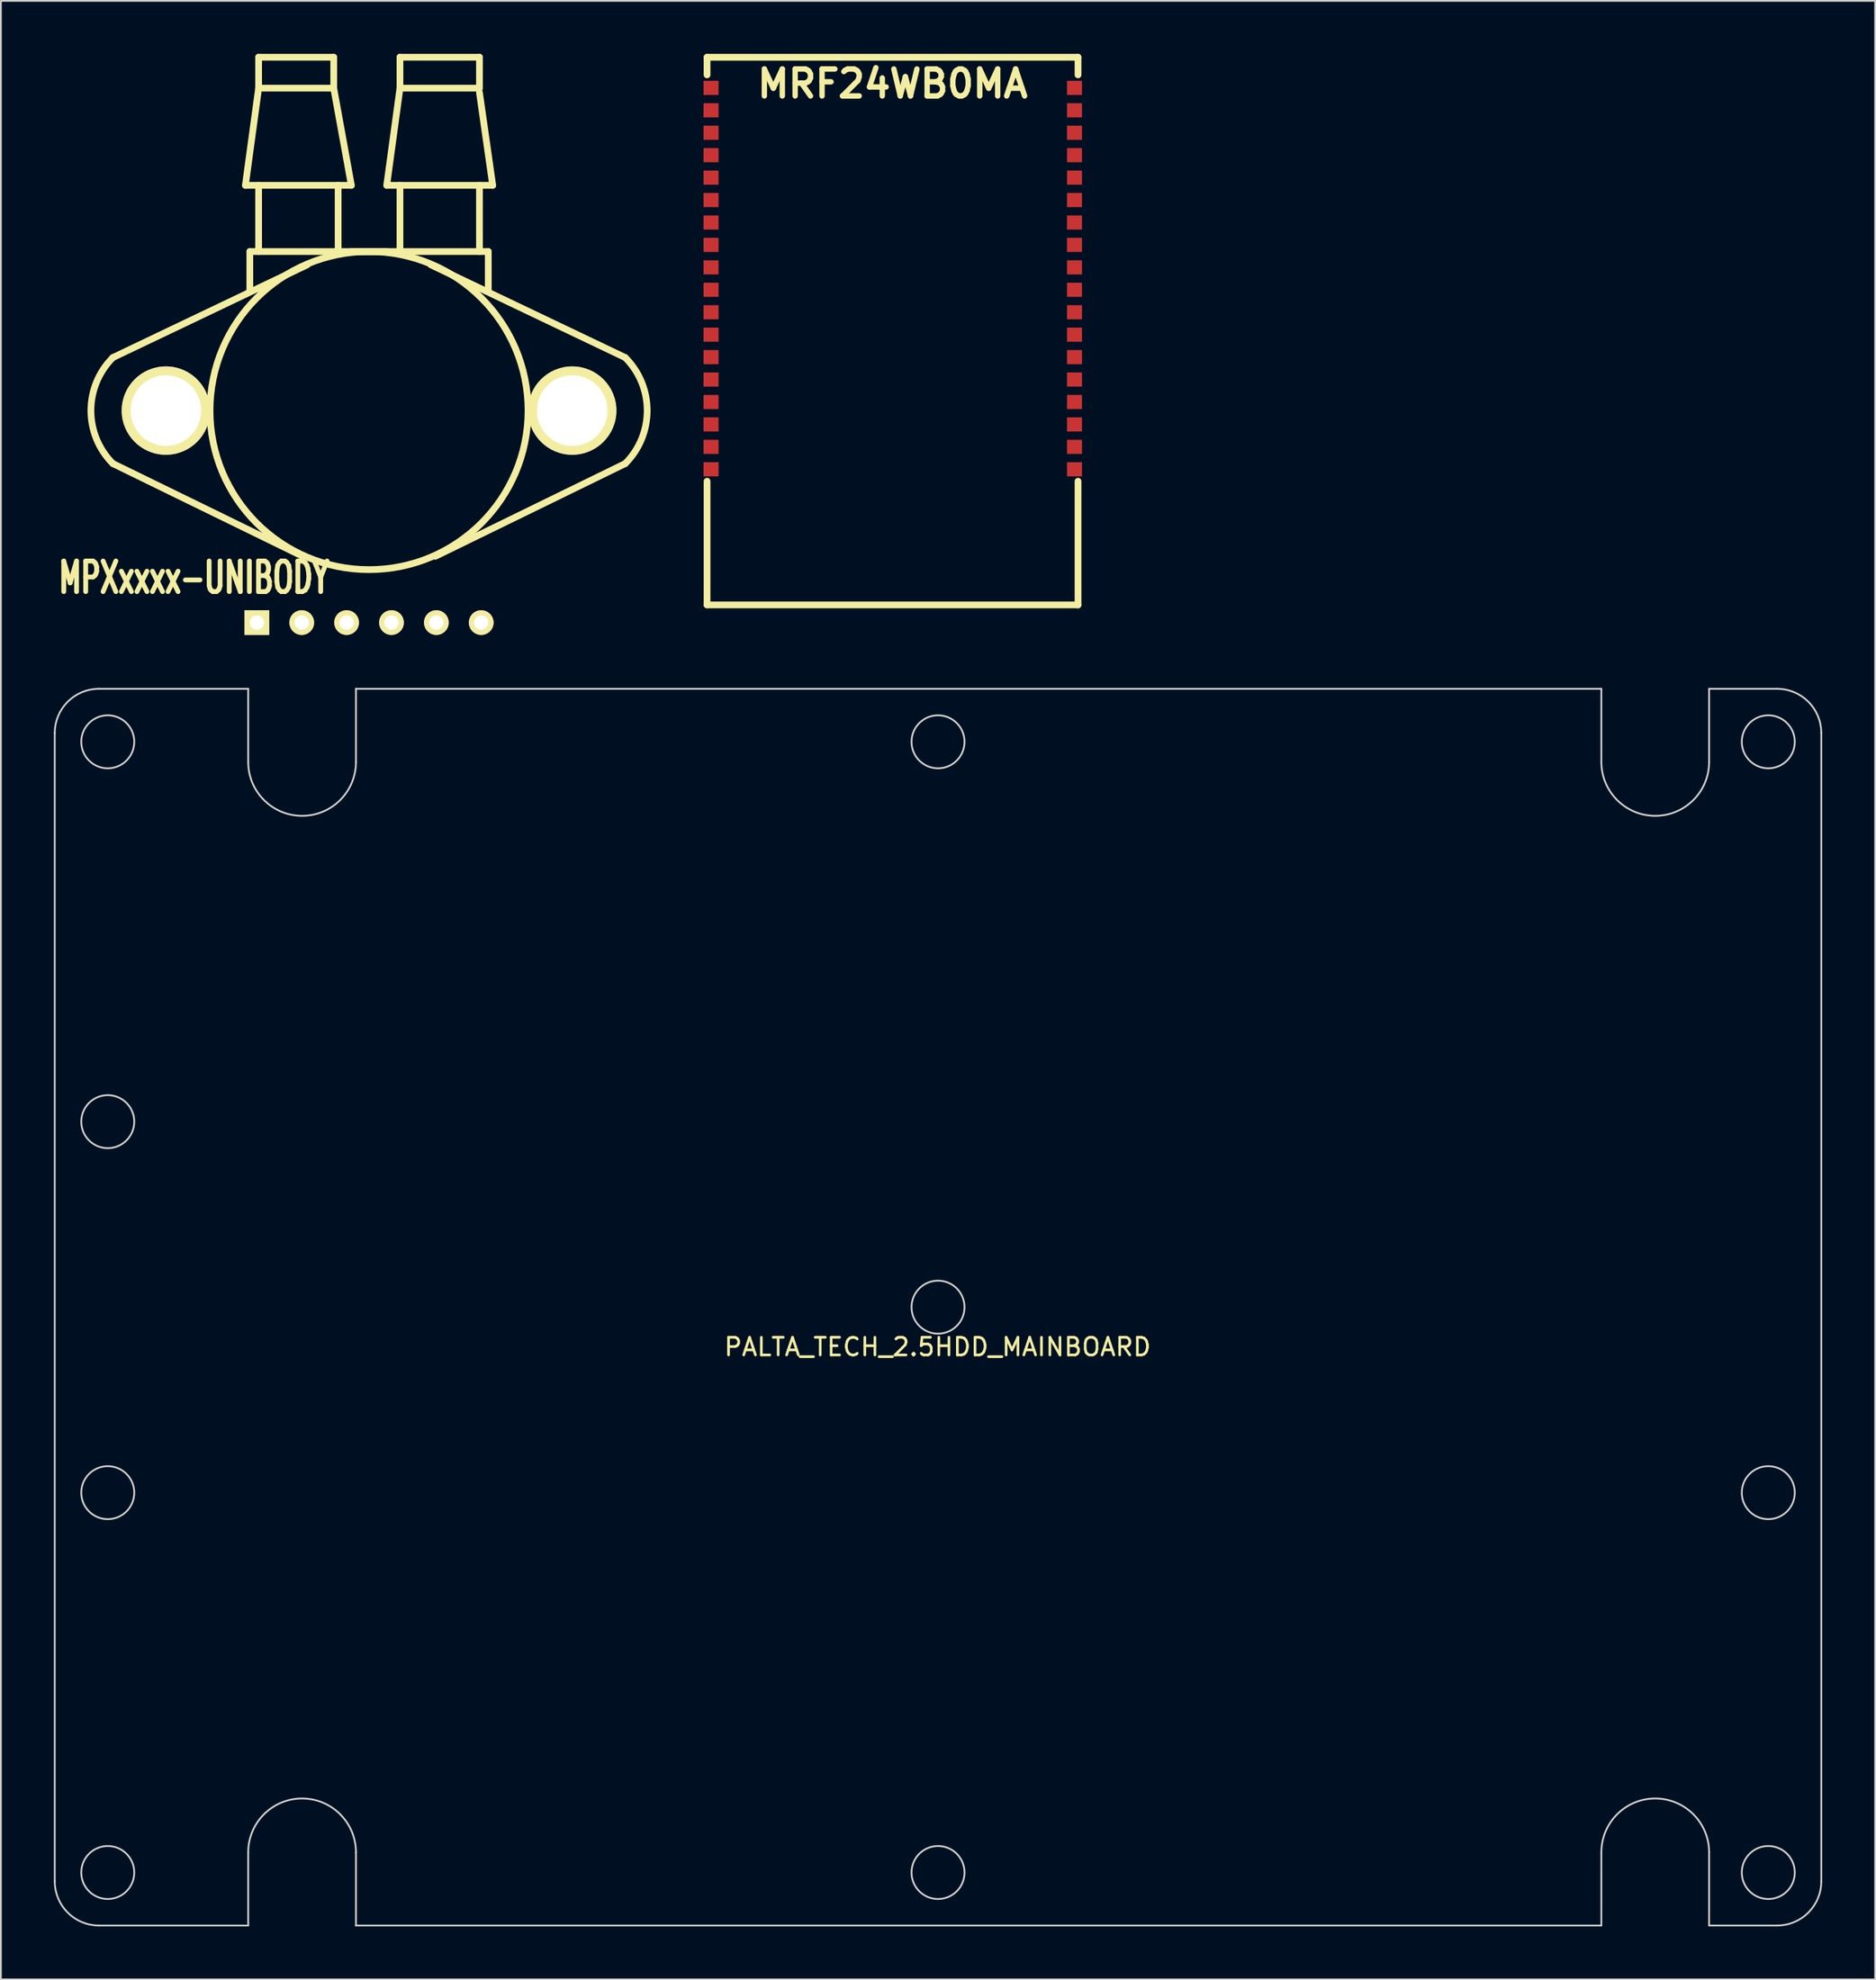
<source format=kicad_pcb>
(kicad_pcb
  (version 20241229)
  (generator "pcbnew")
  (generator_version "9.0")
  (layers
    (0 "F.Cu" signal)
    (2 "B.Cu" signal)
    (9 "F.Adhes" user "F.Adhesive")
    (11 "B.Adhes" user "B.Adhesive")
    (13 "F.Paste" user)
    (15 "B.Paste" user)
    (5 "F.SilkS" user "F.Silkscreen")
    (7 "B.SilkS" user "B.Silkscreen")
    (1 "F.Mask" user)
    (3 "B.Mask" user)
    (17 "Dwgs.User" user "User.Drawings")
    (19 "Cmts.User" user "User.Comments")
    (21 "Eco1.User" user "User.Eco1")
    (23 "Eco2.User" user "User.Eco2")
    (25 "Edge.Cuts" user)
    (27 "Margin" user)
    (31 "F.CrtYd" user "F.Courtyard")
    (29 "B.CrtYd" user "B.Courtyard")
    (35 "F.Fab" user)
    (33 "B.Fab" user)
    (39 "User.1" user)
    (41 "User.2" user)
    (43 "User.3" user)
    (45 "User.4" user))
  (footprint "PALTA_TECH_2.5HDD_MAINBOARD"
    (layer "F.Cu")
    (at 50.05 70.938)
    (property "Reference" "PALTA_TECH_2.5HDD_MAINBOARD" (at -0.025 2.25 0) (layer "F.SilkS") (effects (font (size 1 1) (thickness 0.15))))
    (attr through_hole)
    (fp_line (start -50 32.5) (end -50 -32.5) (stroke (width 0.1) (type solid)) (layer "Edge.Cuts"))
    (fp_line (start -47.5 -35) (end -39.05 -35) (stroke (width 0.1) (type solid)) (layer "Edge.Cuts"))
    (fp_line (start -39.05 -35) (end -39.05 -30.86) (stroke (width 0.1) (type solid)) (layer "Edge.Cuts"))
    (fp_line (start -39.05 30.86) (end -39.05 35) (stroke (width 0.1) (type solid)) (layer "Edge.Cuts"))
    (fp_line (start -39.05 35) (end -47.5 35) (stroke (width 0.1) (type solid)) (layer "Edge.Cuts"))
    (fp_line (start -32.95 -35) (end 37.55 -35) (stroke (width 0.1) (type solid)) (layer "Edge.Cuts"))
    (fp_line (start -32.95 -30.86) (end -32.95 -35) (stroke (width 0.1) (type solid)) (layer "Edge.Cuts"))
    (fp_line (start -32.95 35) (end -32.95 30.86) (stroke (width 0.1) (type solid)) (layer "Edge.Cuts"))
    (fp_line (start 37.55 -35) (end 37.55 -30.86) (stroke (width 0.1) (type solid)) (layer "Edge.Cuts"))
    (fp_line (start 37.55 30.86) (end 37.55 35) (stroke (width 0.1) (type solid)) (layer "Edge.Cuts"))
    (fp_line (start 37.55 35) (end -32.95 35) (stroke (width 0.1) (type solid)) (layer "Edge.Cuts"))
    (fp_line (start 43.65 -35) (end 47.5 -35) (stroke (width 0.1) (type solid)) (layer "Edge.Cuts"))
    (fp_line (start 43.65 -30.86) (end 43.65 -35) (stroke (width 0.1) (type solid)) (layer "Edge.Cuts"))
    (fp_line (start 43.65 35) (end 43.65 30.86) (stroke (width 0.1) (type solid)) (layer "Edge.Cuts"))
    (fp_line (start 47.5 35) (end 43.65 35) (stroke (width 0.1) (type solid)) (layer "Edge.Cuts"))
    (fp_line (start 50 -32.5) (end 50 32.5) (stroke (width 0.1) (type solid)) (layer "Edge.Cuts"))
    (fp_arc (start -50 -32.5) (mid -49.267767 -34.267767) (end -47.5 -35) (stroke (width 0.1) (type solid)) (layer "Edge.Cuts"))
    (fp_arc (start -47.5 35) (mid -49.267771 34.267763) (end -50 32.499988) (stroke (width 0.1) (type solid)) (layer "Edge.Cuts"))
    (fp_arc (start -39.05 30.86) (mid -36 27.81) (end -32.95 30.86) (stroke (width 0.1) (type solid)) (layer "Edge.Cuts"))
    (fp_arc (start -32.95 -30.86) (mid -36 -27.81) (end -39.05 -30.86) (stroke (width 0.1) (type solid)) (layer "Edge.Cuts"))
    (fp_arc (start 37.55 30.86) (mid 40.6 27.81) (end 43.65 30.86) (stroke (width 0.1) (type solid)) (layer "Edge.Cuts"))
    (fp_arc (start 43.65 -30.86) (mid 40.6 -27.81) (end 37.55 -30.86) (stroke (width 0.1) (type solid)) (layer "Edge.Cuts"))
    (fp_arc (start 47.5 -35) (mid 49.267767 -34.267767) (end 50 -32.5) (stroke (width 0.1) (type solid)) (layer "Edge.Cuts"))
    (fp_arc (start 50 32.5) (mid 49.267767 34.267767) (end 47.5 35) (stroke (width 0.1) (type solid)) (layer "Edge.Cuts"))
    (fp_circle (center -47 -32) (end -45.5 -32) (stroke (width 0.1) (type solid)) (fill no) (layer "Edge.Cuts"))
    (fp_circle (center -47 -10.5) (end -45.5 -10.5) (stroke (width 0.1) (type solid)) (fill no) (layer "Edge.Cuts"))
    (fp_circle (center -47 10.5) (end -45.5 10.5) (stroke (width 0.1) (type solid)) (fill no) (layer "Edge.Cuts"))
    (fp_circle (center -47 32) (end -45.5 32) (stroke (width 0.1) (type solid)) (fill no) (layer "Edge.Cuts"))
    (fp_circle (center 0 -32) (end 1.5 -32) (stroke (width 0.1) (type solid)) (fill no) (layer "Edge.Cuts"))
    (fp_circle (center 0 0) (end 1.5 0) (stroke (width 0.1) (type solid)) (fill no) (layer "Edge.Cuts"))
    (fp_circle (center 0 32) (end 1.5 32) (stroke (width 0.1) (type solid)) (fill no) (layer "Edge.Cuts"))
    (fp_circle (center 47 -32) (end 48.5 -32) (stroke (width 0.1) (type solid)) (fill no) (layer "Edge.Cuts"))
    (fp_circle (center 47 10.5) (end 48.5 10.5) (stroke (width 0.1) (type solid)) (fill no) (layer "Edge.Cuts"))
    (fp_circle (center 47 32) (end 48.5 32) (stroke (width 0.1) (type solid)) (fill no) (layer "Edge.Cuts")))
  (footprint "MRF24WB0MA"
    (layer "F.Cu")
    (at 47.476 15.69)
    (property "Reference" "MRF24WB0MA" (at 0 -14 0) (layer "F.SilkS") (effects (font (size 1.524 1.524) (thickness 0.305))))
    (attr through_hole)
    (fp_line (start -10.5 -15.499) (end -10.5 -14.501) (stroke (width 0.381) (type solid)) (layer "F.SilkS"))
    (fp_line (start -10.5 15.499) (end -10.5 8.499) (stroke (width 0.381) (type solid)) (layer "F.SilkS"))
    (fp_line (start -10.5 15.499) (end 10.5 15.499) (stroke (width 0.381) (type solid)) (layer "F.SilkS"))
    (fp_line (start 10.5 -15.499) (end -10.5 -15.499) (stroke (width 0.381) (type solid)) (layer "F.SilkS"))
    (fp_line (start 10.5 -15.499) (end 10.5 -14.501) (stroke (width 0.381) (type solid)) (layer "F.SilkS"))
    (fp_line (start 10.5 15.499) (end 10.5 8.499) (stroke (width 0.381) (type solid)) (layer "F.SilkS"))
    (pad "1" smd rect (at -10.274 -13.767) (size 0.851 0.8) (layers "F.Cu" "F.Mask" "F.Paste"))
    (pad "2" smd rect (at -10.274 -12.497) (size 0.851 0.8) (layers "F.Cu" "F.Mask" "F.Paste"))
    (pad "3" smd rect (at -10.274 -11.227) (size 0.851 0.8) (layers "F.Cu" "F.Mask" "F.Paste"))
    (pad "4" smd rect (at -10.274 -9.957) (size 0.851 0.8) (layers "F.Cu" "F.Mask" "F.Paste"))
    (pad "5" smd rect (at -10.274 -8.687) (size 0.851 0.8) (layers "F.Cu" "F.Mask" "F.Paste"))
    (pad "6" smd rect (at -10.274 -7.417) (size 0.851 0.8) (layers "F.Cu" "F.Mask" "F.Paste"))
    (pad "7" smd rect (at -10.274 -6.147) (size 0.851 0.8) (layers "F.Cu" "F.Mask" "F.Paste"))
    (pad "8" smd rect (at -10.274 -4.877) (size 0.851 0.8) (layers "F.Cu" "F.Mask" "F.Paste"))
    (pad "9" smd rect (at -10.274 -3.607) (size 0.851 0.8) (layers "F.Cu" "F.Mask" "F.Paste"))
    (pad "10" smd rect (at -10.274 -2.337) (size 0.851 0.8) (layers "F.Cu" "F.Mask" "F.Paste"))
    (pad "11" smd rect (at -10.274 -1.067) (size 0.851 0.8) (layers "F.Cu" "F.Mask" "F.Paste"))
    (pad "12" smd rect (at -10.274 0.203) (size 0.851 0.8) (layers "F.Cu" "F.Mask" "F.Paste"))
    (pad "13" smd rect (at -10.274 1.473) (size 0.851 0.8) (layers "F.Cu" "F.Mask" "F.Paste"))
    (pad "14" smd rect (at -10.274 2.743) (size 0.851 0.8) (layers "F.Cu" "F.Mask" "F.Paste"))
    (pad "15" smd rect (at -10.274 4.013) (size 0.851 0.8) (layers "F.Cu" "F.Mask" "F.Paste"))
    (pad "16" smd rect (at -10.274 5.283) (size 0.851 0.8) (layers "F.Cu" "F.Mask" "F.Paste"))
    (pad "17" smd rect (at -10.274 6.553) (size 0.851 0.8) (layers "F.Cu" "F.Mask" "F.Paste"))
    (pad "18" smd rect (at -10.274 7.823) (size 0.851 0.8) (layers "F.Cu" "F.Mask" "F.Paste"))
    (pad "19" smd rect (at 10.3 7.823) (size 0.851 0.8) (layers "F.Cu" "F.Mask" "F.Paste"))
    (pad "20" smd rect (at 10.3 6.553) (size 0.851 0.8) (layers "F.Cu" "F.Mask" "F.Paste"))
    (pad "21" smd rect (at 10.3 5.283) (size 0.851 0.8) (layers "F.Cu" "F.Mask" "F.Paste"))
    (pad "22" smd rect (at 10.3 4.013) (size 0.851 0.8) (layers "F.Cu" "F.Mask" "F.Paste"))
    (pad "23" smd rect (at 10.3 2.743) (size 0.851 0.8) (layers "F.Cu" "F.Mask" "F.Paste"))
    (pad "24" smd rect (at 10.3 1.473) (size 0.851 0.8) (layers "F.Cu" "F.Mask" "F.Paste"))
    (pad "25" smd rect (at 10.3 0.203) (size 0.851 0.8) (layers "F.Cu" "F.Mask" "F.Paste"))
    (pad "26" smd rect (at 10.3 -1.067) (size 0.851 0.8) (layers "F.Cu" "F.Mask" "F.Paste"))
    (pad "27" smd rect (at 10.3 -2.337) (size 0.851 0.8) (layers "F.Cu" "F.Mask" "F.Paste"))
    (pad "28" smd rect (at 10.3 -3.607) (size 0.851 0.8) (layers "F.Cu" "F.Mask" "F.Paste"))
    (pad "29" smd rect (at 10.3 -4.877) (size 0.851 0.8) (layers "F.Cu" "F.Mask" "F.Paste"))
    (pad "30" smd rect (at 10.3 -6.147) (size 0.851 0.8) (layers "F.Cu" "F.Mask" "F.Paste"))
    (pad "31" smd rect (at 10.3 -7.417) (size 0.851 0.8) (layers "F.Cu" "F.Mask" "F.Paste"))
    (pad "32" smd rect (at 10.3 -8.687) (size 0.851 0.8) (layers "F.Cu" "F.Mask" "F.Paste"))
    (pad "33" smd rect (at 10.3 -9.957) (size 0.851 0.8) (layers "F.Cu" "F.Mask" "F.Paste"))
    (pad "34" smd rect (at 10.3 -11.227) (size 0.851 0.8) (layers "F.Cu" "F.Mask" "F.Paste"))
    (pad "35" smd rect (at 10.3 -12.497) (size 0.851 0.8) (layers "F.Cu" "F.Mask" "F.Paste"))
    (pad "36" smd rect (at 10.3 -13.767) (size 0.851 0.8) (layers "F.Cu" "F.Mask" "F.Paste")))
  (footprint "MPXxxxx-UNIBODY"
    (layer "F.Cu")
    (at 17.841 32.189)
    (property "Reference" "MPXxxxx-UNIBODY" (at -9.906 -2.54 0) (layer "F.SilkS") (effects (font (size 1.73 1.087) (thickness 0.272))))
    (attr through_hole)
    (fp_line (start -14.501 -15.001) (end -3.5 -20.249) (stroke (width 0.381) (type solid)) (layer "F.SilkS"))
    (fp_line (start -14.501 -8.999) (end -3.749 -3.749) (stroke (width 0.381) (type solid)) (layer "F.SilkS"))
    (fp_line (start -7 -24.75) (end -6.251 -30.249) (stroke (width 0.381) (type solid)) (layer "F.SilkS"))
    (fp_line (start -6.749 -21.001) (end -6.749 -18.75) (stroke (width 0.381) (type solid)) (layer "F.SilkS"))
    (fp_line (start -6.251 -31.999) (end -6.251 -30.249) (stroke (width 0.381) (type solid)) (layer "F.SilkS"))
    (fp_line (start -6.251 -30.249) (end -1.999 -30.249) (stroke (width 0.381) (type solid)) (layer "F.SilkS"))
    (fp_line (start -6.251 -21.001) (end -6.251 -24.75) (stroke (width 0.381) (type solid)) (layer "F.SilkS"))
    (fp_line (start -1.999 -31.999) (end -6.251 -31.999) (stroke (width 0.381) (type solid)) (layer "F.SilkS"))
    (fp_line (start -1.999 -30.249) (end -1.999 -31.999) (stroke (width 0.381) (type solid)) (layer "F.SilkS"))
    (fp_line (start -1.999 -30.249) (end -1.001 -24.75) (stroke (width 0.381) (type solid)) (layer "F.SilkS"))
    (fp_line (start -1.75 -24.75) (end -7 -24.75) (stroke (width 0.381) (type solid)) (layer "F.SilkS"))
    (fp_line (start -1.75 -21.001) (end -1.75 -24.75) (stroke (width 0.381) (type solid)) (layer "F.SilkS"))
    (fp_line (start -1.001 -24.75) (end -1.75 -24.75) (stroke (width 0.381) (type solid)) (layer "F.SilkS"))
    (fp_line (start -1.001 -21.001) (end 1.001 -21.001) (stroke (width 0.381) (type solid)) (layer "F.SilkS"))
    (fp_line (start -1.001 -21.001) (end 1.001 -21.001) (stroke (width 0.381) (type solid)) (layer "F.SilkS"))
    (fp_line (start 0 -21.001) (end -6.749 -21.001) (stroke (width 0.381) (type solid)) (layer "F.SilkS"))
    (fp_line (start 0 -21.001) (end 6.749 -21.001) (stroke (width 0.381) (type solid)) (layer "F.SilkS"))
    (fp_line (start 1.001 -24.75) (end 1.75 -30.249) (stroke (width 0.381) (type solid)) (layer "F.SilkS"))
    (fp_line (start 1.75 -31.999) (end 1.75 -30.249) (stroke (width 0.381) (type solid)) (layer "F.SilkS"))
    (fp_line (start 1.75 -31.999) (end 6.251 -31.999) (stroke (width 0.381) (type solid)) (layer "F.SilkS"))
    (fp_line (start 1.75 -30.249) (end 6.251 -30.249) (stroke (width 0.381) (type solid)) (layer "F.SilkS"))
    (fp_line (start 1.75 -24.75) (end 1.75 -21.001) (stroke (width 0.381) (type solid)) (layer "F.SilkS"))
    (fp_line (start 6.251 -31.999) (end 6.251 -30.249) (stroke (width 0.381) (type solid)) (layer "F.SilkS"))
    (fp_line (start 6.251 -30) (end 7 -24.75) (stroke (width 0.381) (type solid)) (layer "F.SilkS"))
    (fp_line (start 6.251 -24.75) (end 6.251 -21.001) (stroke (width 0.381) (type solid)) (layer "F.SilkS"))
    (fp_line (start 6.749 -21.001) (end 6.749 -18.75) (stroke (width 0.381) (type solid)) (layer "F.SilkS"))
    (fp_line (start 7 -24.75) (end 1.001 -24.75) (stroke (width 0.381) (type solid)) (layer "F.SilkS"))
    (fp_line (start 14.501 -15.001) (end 3.5 -20.249) (stroke (width 0.381) (type solid)) (layer "F.SilkS"))
    (fp_line (start 14.501 -8.999) (end 3.749 -3.749) (stroke (width 0.381) (type solid)) (layer "F.SilkS"))
    (fp_arc (start -14.50086 -8.99922) (mid -15.743393 -11.99896) (end -14.50086 -14.9987) (stroke (width 0.381) (type solid)) (layer "F.SilkS"))
    (fp_arc (start 14.50086 -15.00124) (mid 15.745189 -12.000756) (end 14.5034 -8.99922) (stroke (width 0.381) (type solid)) (layer "F.SilkS"))
    (fp_circle (center 0 -11.999) (end 0 -21.001) (stroke (width 0.381) (type solid)) (fill no) (layer "F.SilkS"))
    (pad "" thru_hole circle (at -11.501 -11.999) (size 5.001 5.001) (drill 4) (layers "*.Cu" "*.Mask" "F.SilkS"))
    (pad "" thru_hole circle (at 11.501 -11.999) (size 5.001 5.001) (drill 4) (layers "*.Cu" "*.Mask" "F.SilkS"))
    (pad "1" thru_hole rect (at -6.35 0) (size 1.397 1.397) (drill 0.813) (layers "*.Cu" "*.Mask" "F.SilkS"))
    (pad "2" thru_hole circle (at -3.81 0) (size 1.397 1.397) (drill 0.813) (layers "*.Cu" "*.Mask" "F.SilkS"))
    (pad "3" thru_hole circle (at -1.27 0) (size 1.397 1.397) (drill 0.813) (layers "*.Cu" "*.Mask" "F.SilkS"))
    (pad "4" thru_hole circle (at 1.27 0) (size 1.397 1.397) (drill 0.813) (layers "*.Cu" "*.Mask" "F.SilkS"))
    (pad "5" thru_hole circle (at 3.81 0) (size 1.397 1.397) (drill 0.813) (layers "*.Cu" "*.Mask" "F.SilkS"))
    (pad "6" thru_hole circle (at 6.35 0) (size 1.397 1.397) (drill 0.813) (layers "*.Cu" "*.Mask" "F.SilkS")))
  (gr_rect
    (start -3 -3)
    (end 103.1 108.988)
    (stroke (width 0.1) (type default))
    (fill no)
    (layer "Edge.Cuts")))
</source>
